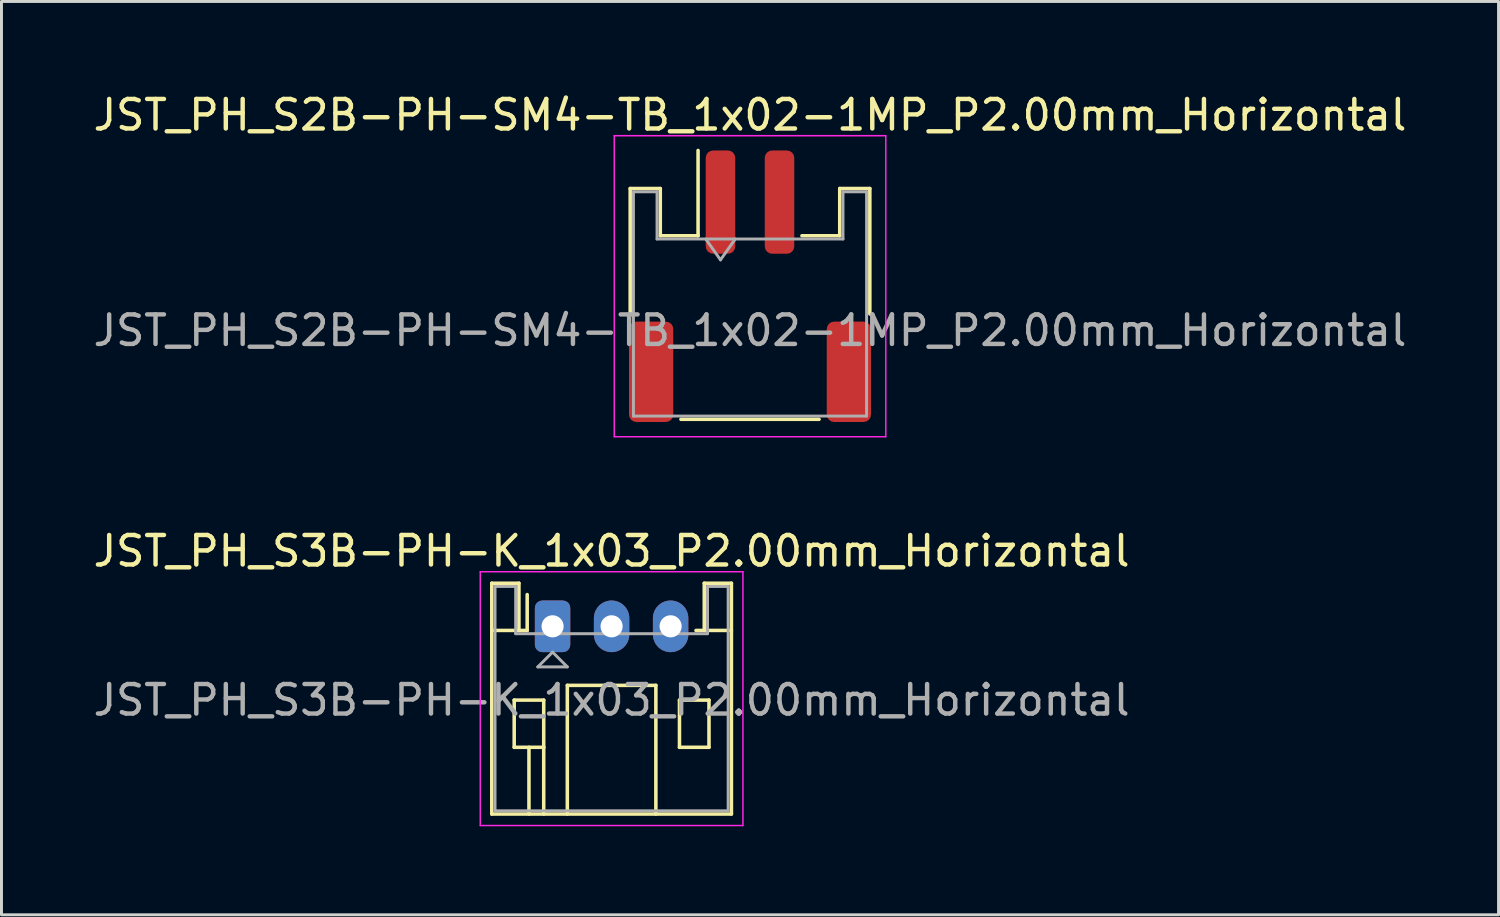
<source format=kicad_pcb>
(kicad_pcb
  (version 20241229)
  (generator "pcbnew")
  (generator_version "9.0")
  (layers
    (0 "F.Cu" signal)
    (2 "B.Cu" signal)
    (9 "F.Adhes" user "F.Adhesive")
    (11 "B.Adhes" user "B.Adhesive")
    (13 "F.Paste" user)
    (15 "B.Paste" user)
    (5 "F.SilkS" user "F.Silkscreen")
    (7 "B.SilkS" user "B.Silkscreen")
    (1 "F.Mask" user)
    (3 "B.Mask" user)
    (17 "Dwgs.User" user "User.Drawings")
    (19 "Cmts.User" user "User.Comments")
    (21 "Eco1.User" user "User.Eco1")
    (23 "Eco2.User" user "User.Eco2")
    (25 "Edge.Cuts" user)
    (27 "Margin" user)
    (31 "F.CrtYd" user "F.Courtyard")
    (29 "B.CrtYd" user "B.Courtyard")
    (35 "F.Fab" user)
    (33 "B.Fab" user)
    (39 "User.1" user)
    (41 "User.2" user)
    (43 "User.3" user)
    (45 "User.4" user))
  (footprint "JST_PH_S2B-PH-SM4-TB_1x02-1MP_P2.00mm_Horizontal"
    (layer "F.Cu")
    (at 22.363 6.648)
    (property "Reference" "JST_PH_S2B-PH-SM4-TB_1x02-1MP_P2.00mm_Horizontal" (at 0 -5.8 0) (layer "F.SilkS") (effects (font (size 1 1) (thickness 0.15))))
    (attr smd)
    (fp_line (start -4.06 -3.31) (end -3.04 -3.31) (stroke (width 0.12) (type solid)) (layer "F.SilkS"))
    (fp_line (start -4.06 0.94) (end -4.06 -3.31) (stroke (width 0.12) (type solid)) (layer "F.SilkS"))
    (fp_line (start -3.04 -3.31) (end -3.04 -1.71) (stroke (width 0.12) (type solid)) (layer "F.SilkS"))
    (fp_line (start -3.04 -1.71) (end -1.76 -1.71) (stroke (width 0.12) (type solid)) (layer "F.SilkS"))
    (fp_line (start -2.34 4.51) (end 2.34 4.51) (stroke (width 0.12) (type solid)) (layer "F.SilkS"))
    (fp_line (start -1.76 -1.71) (end -1.76 -4.6) (stroke (width 0.12) (type solid)) (layer "F.SilkS"))
    (fp_line (start 3.04 -3.31) (end 3.04 -1.71) (stroke (width 0.12) (type solid)) (layer "F.SilkS"))
    (fp_line (start 3.04 -1.71) (end 1.76 -1.71) (stroke (width 0.12) (type solid)) (layer "F.SilkS"))
    (fp_line (start 4.06 -3.31) (end 3.04 -3.31) (stroke (width 0.12) (type solid)) (layer "F.SilkS"))
    (fp_line (start 4.06 0.94) (end 4.06 -3.31) (stroke (width 0.12) (type solid)) (layer "F.SilkS"))
    (fp_line (start -4.6 -5.1) (end -4.6 5.1) (stroke (width 0.05) (type solid)) (layer "F.CrtYd"))
    (fp_line (start -4.6 5.1) (end 4.6 5.1) (stroke (width 0.05) (type solid)) (layer "F.CrtYd"))
    (fp_line (start 4.6 -5.1) (end -4.6 -5.1) (stroke (width 0.05) (type solid)) (layer "F.CrtYd"))
    (fp_line (start 4.6 5.1) (end 4.6 -5.1) (stroke (width 0.05) (type solid)) (layer "F.CrtYd"))
    (fp_line (start -3.95 -3.2) (end -3.95 4.4) (stroke (width 0.1) (type solid)) (layer "F.Fab"))
    (fp_line (start -3.95 -3.2) (end -3.15 -3.2) (stroke (width 0.1) (type solid)) (layer "F.Fab"))
    (fp_line (start -3.95 4.4) (end 3.95 4.4) (stroke (width 0.1) (type solid)) (layer "F.Fab"))
    (fp_line (start -3.15 -3.2) (end -3.15 -1.6) (stroke (width 0.1) (type solid)) (layer "F.Fab"))
    (fp_line (start -3.15 -1.6) (end 3.15 -1.6) (stroke (width 0.1) (type solid)) (layer "F.Fab"))
    (fp_line (start -1.5 -1.6) (end -1 -0.893) (stroke (width 0.1) (type solid)) (layer "F.Fab"))
    (fp_line (start -1 -0.893) (end -0.5 -1.6) (stroke (width 0.1) (type solid)) (layer "F.Fab"))
    (fp_line (start 3.15 -3.2) (end 3.95 -3.2) (stroke (width 0.1) (type solid)) (layer "F.Fab"))
    (fp_line (start 3.15 -1.6) (end 3.15 -3.2) (stroke (width 0.1) (type solid)) (layer "F.Fab"))
    (fp_line (start 3.95 -3.2) (end 3.95 4.4) (stroke (width 0.1) (type solid)) (layer "F.Fab"))
    (fp_text user "${REFERENCE}" (at 0 1.5 0) (layer "F.Fab") (effects (font (size 1 1) (thickness 0.15))))
    (pad "1" smd roundrect (at -1 -2.85) (size 1 3.5) (layers "F.Cu" "F.Mask" "F.Paste") (roundrect_rratio 0.25))
    (pad "2" smd roundrect (at 1 -2.85) (size 1 3.5) (layers "F.Cu" "F.Mask" "F.Paste") (roundrect_rratio 0.25))
    (pad "MP" smd roundrect (at -3.35 2.9) (size 1.5 3.4) (layers "F.Cu" "F.Mask" "F.Paste") (roundrect_rratio 0.167))
    (pad "MP" smd roundrect (at 3.35 2.9) (size 1.5 3.4) (layers "F.Cu" "F.Mask" "F.Paste") (roundrect_rratio 0.167)))
  (footprint "JST_PH_S3B-PH-K_1x03_P2.00mm_Horizontal"
    (layer "F.Cu")
    (at 15.673 18.172)
    (property "Reference" "JST_PH_S3B-PH-K_1x03_P2.00mm_Horizontal" (at 2 -2.55 0) (layer "F.SilkS") (effects (font (size 1 1) (thickness 0.15))))
    (attr through_hole)
    (fp_line (start -2.06 -1.46) (end -2.06 6.36) (stroke (width 0.12) (type solid)) (layer "F.SilkS"))
    (fp_line (start -2.06 0.14) (end -1.14 0.14) (stroke (width 0.12) (type solid)) (layer "F.SilkS"))
    (fp_line (start -2.06 6.36) (end 6.06 6.36) (stroke (width 0.12) (type solid)) (layer "F.SilkS"))
    (fp_line (start -1.3 2.5) (end -1.3 4.1) (stroke (width 0.12) (type solid)) (layer "F.SilkS"))
    (fp_line (start -1.3 4.1) (end -0.3 4.1) (stroke (width 0.12) (type solid)) (layer "F.SilkS"))
    (fp_line (start -1.14 -1.46) (end -2.06 -1.46) (stroke (width 0.12) (type solid)) (layer "F.SilkS"))
    (fp_line (start -1.14 0.14) (end -1.14 -1.46) (stroke (width 0.12) (type solid)) (layer "F.SilkS"))
    (fp_line (start -0.86 0.14) (end -1.14 0.14) (stroke (width 0.12) (type solid)) (layer "F.SilkS"))
    (fp_line (start -0.86 0.14) (end -0.86 -1.075) (stroke (width 0.12) (type solid)) (layer "F.SilkS"))
    (fp_line (start -0.8 4.1) (end -0.8 6.36) (stroke (width 0.12) (type solid)) (layer "F.SilkS"))
    (fp_line (start -0.3 2.5) (end -1.3 2.5) (stroke (width 0.12) (type solid)) (layer "F.SilkS"))
    (fp_line (start -0.3 4.1) (end -0.3 2.5) (stroke (width 0.12) (type solid)) (layer "F.SilkS"))
    (fp_line (start -0.3 4.1) (end -0.3 6.36) (stroke (width 0.12) (type solid)) (layer "F.SilkS"))
    (fp_line (start 0.5 2) (end 3.5 2) (stroke (width 0.12) (type solid)) (layer "F.SilkS"))
    (fp_line (start 0.5 6.36) (end 0.5 2) (stroke (width 0.12) (type solid)) (layer "F.SilkS"))
    (fp_line (start 3.5 2) (end 3.5 6.36) (stroke (width 0.12) (type solid)) (layer "F.SilkS"))
    (fp_line (start 4.3 2.5) (end 5.3 2.5) (stroke (width 0.12) (type solid)) (layer "F.SilkS"))
    (fp_line (start 4.3 4.1) (end 4.3 2.5) (stroke (width 0.12) (type solid)) (layer "F.SilkS"))
    (fp_line (start 5.14 -1.46) (end 5.14 0.14) (stroke (width 0.12) (type solid)) (layer "F.SilkS"))
    (fp_line (start 5.14 0.14) (end 4.86 0.14) (stroke (width 0.12) (type solid)) (layer "F.SilkS"))
    (fp_line (start 5.3 2.5) (end 5.3 4.1) (stroke (width 0.12) (type solid)) (layer "F.SilkS"))
    (fp_line (start 5.3 4.1) (end 4.3 4.1) (stroke (width 0.12) (type solid)) (layer "F.SilkS"))
    (fp_line (start 6.06 -1.46) (end 5.14 -1.46) (stroke (width 0.12) (type solid)) (layer "F.SilkS"))
    (fp_line (start 6.06 0.14) (end 5.14 0.14) (stroke (width 0.12) (type solid)) (layer "F.SilkS"))
    (fp_line (start 6.06 6.36) (end 6.06 -1.46) (stroke (width 0.12) (type solid)) (layer "F.SilkS"))
    (fp_line (start -2.45 -1.85) (end -2.45 6.75) (stroke (width 0.05) (type solid)) (layer "F.CrtYd"))
    (fp_line (start -2.45 6.75) (end 6.45 6.75) (stroke (width 0.05) (type solid)) (layer "F.CrtYd"))
    (fp_line (start 6.45 -1.85) (end -2.45 -1.85) (stroke (width 0.05) (type solid)) (layer "F.CrtYd"))
    (fp_line (start 6.45 6.75) (end 6.45 -1.85) (stroke (width 0.05) (type solid)) (layer "F.CrtYd"))
    (fp_line (start -1.95 -1.35) (end -1.95 6.25) (stroke (width 0.1) (type solid)) (layer "F.Fab"))
    (fp_line (start -1.95 6.25) (end 5.95 6.25) (stroke (width 0.1) (type solid)) (layer "F.Fab"))
    (fp_line (start -1.25 -1.35) (end -1.95 -1.35) (stroke (width 0.1) (type solid)) (layer "F.Fab"))
    (fp_line (start -1.25 0.25) (end -1.25 -1.35) (stroke (width 0.1) (type solid)) (layer "F.Fab"))
    (fp_line (start -0.5 1.375) (end 0.5 1.375) (stroke (width 0.1) (type solid)) (layer "F.Fab"))
    (fp_line (start 0 0.875) (end -0.5 1.375) (stroke (width 0.1) (type solid)) (layer "F.Fab"))
    (fp_line (start 0.5 1.375) (end 0 0.875) (stroke (width 0.1) (type solid)) (layer "F.Fab"))
    (fp_line (start 5.25 -1.35) (end 5.25 0.25) (stroke (width 0.1) (type solid)) (layer "F.Fab"))
    (fp_line (start 5.25 0.25) (end -1.25 0.25) (stroke (width 0.1) (type solid)) (layer "F.Fab"))
    (fp_line (start 5.95 -1.35) (end 5.25 -1.35) (stroke (width 0.1) (type solid)) (layer "F.Fab"))
    (fp_line (start 5.95 6.25) (end 5.95 -1.35) (stroke (width 0.1) (type solid)) (layer "F.Fab"))
    (fp_text user "${REFERENCE}" (at 2 2.5 0) (layer "F.Fab") (effects (font (size 1 1) (thickness 0.15))))
    (pad "1" thru_hole roundrect (at 0 0) (size 1.2 1.75) (drill 0.75) (layers "*.Cu" "*.Mask") (roundrect_rratio 0.208))
    (pad "2" thru_hole oval (at 2 0) (size 1.2 1.75) (drill 0.75) (layers "*.Cu" "*.Mask"))
    (pad "3" thru_hole oval (at 4 0) (size 1.2 1.75) (drill 0.75) (layers "*.Cu" "*.Mask")))
  (gr_rect
    (start -3 -3)
    (end 47.726 27.947)
    (stroke (width 0.1) (type default))
    (fill no)
    (layer "Edge.Cuts")))
</source>
